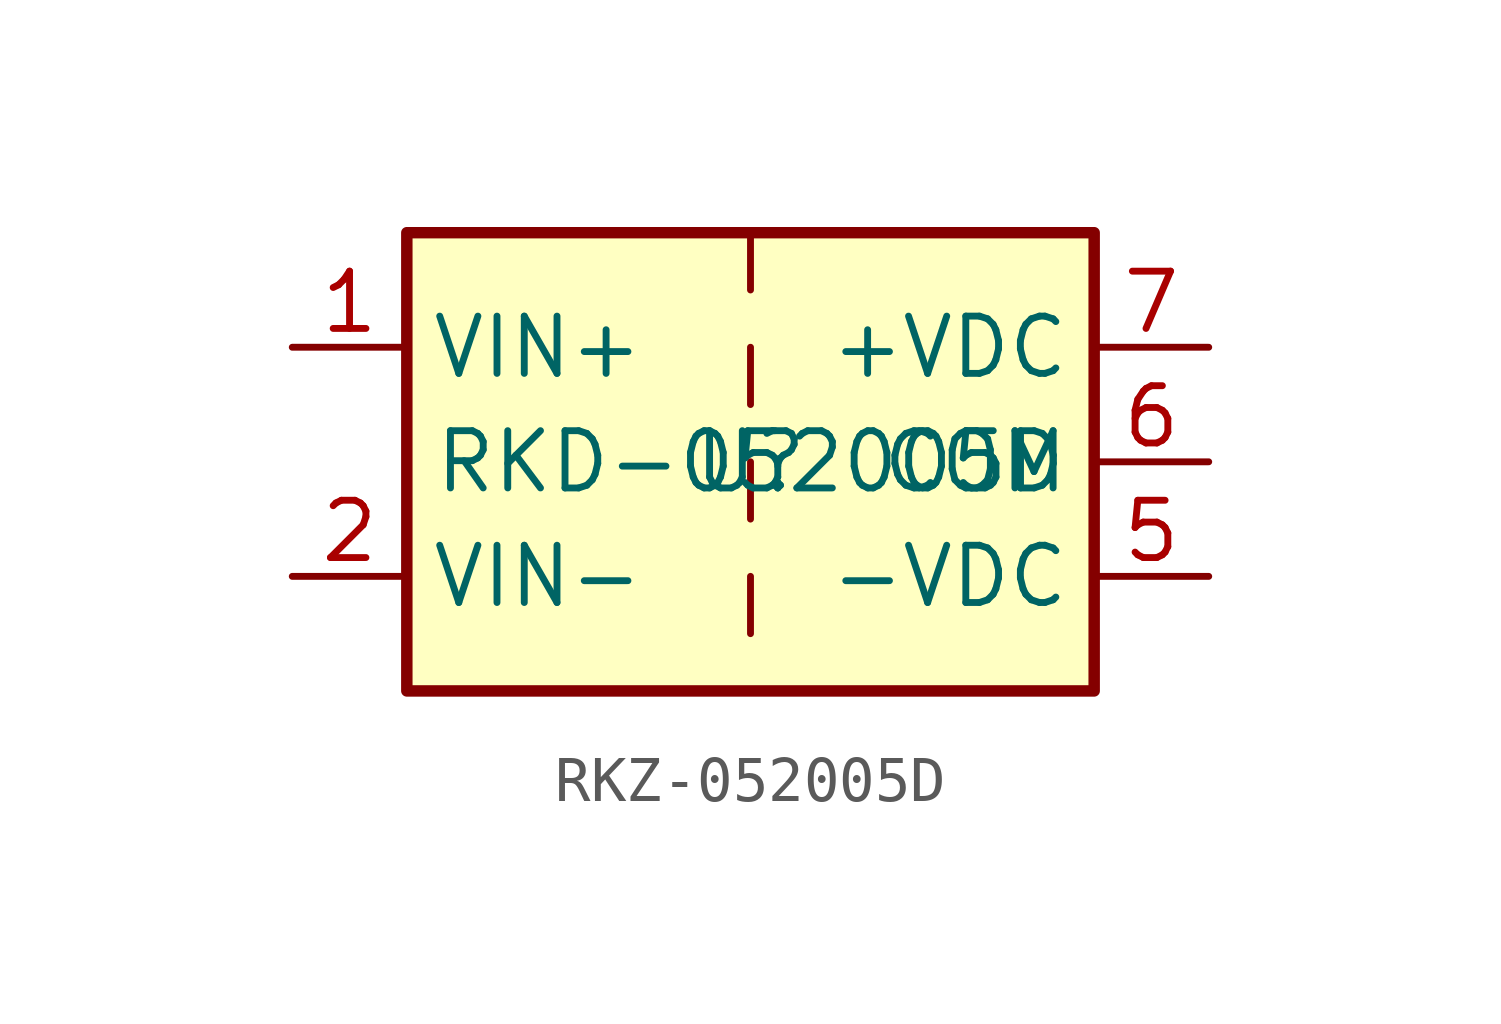
<source format=kicad_sym>
(kicad_symbol_lib
  (version 20231120)
  (generator "kicad_symbol_editor")
  (generator_version "8.0")
  (symbol "RKZ-052005D"
    (property "Reference" "U"
      (at 0 0 0)
      (effects (font (size 1.27 1.27))))
    (property "Value" "RKD-052005D"
      (at 0 0 0)
      (effects (font (size 1.27 1.27))))
    (symbol "RKZ-052005D_0_1"
      (rectangle (start -7.62 5.08) (end 7.62 -5.08) (stroke (width 0.254) (type default)) (fill (type background)))
      (polyline (pts (xy 0 -2.54) (xy 0 -3.81)) (stroke (width 0) (type default)) (fill (type none)))
      (polyline (pts (xy 0 0) (xy 0 -1.27)) (stroke (width 0) (type default)) (fill (type none)))
      (polyline (pts (xy 0 2.54) (xy 0 1.27)) (stroke (width 0) (type default)) (fill (type none)))
      (polyline (pts (xy 0 5.08) (xy 0 3.81)) (stroke (width 0) (type default)) (fill (type none))))
    (symbol "RKZ-052005D_1_1"
      (pin passive line (at -10.16 2.54 0) (length 2.54) hide (name "VIN+" (effects (font (size 1.27 1.27)))) (number "1" (effects (font (size 1.27 1.27)))))
      (pin power_in line (at -10.16 2.54 0) (length 2.54) (name "VIN+" (effects (font (size 1.27 1.27)))) (number "1" (effects (font (size 1.27 1.27)))))
      (pin passive line (at -10.16 -2.54 0) (length 2.54) hide (name "VIN-" (effects (font (size 1.27 1.27)))) (number "2" (effects (font (size 1.27 1.27)))))
      (pin power_in line (at -10.16 -2.54 0) (length 2.54) (name "VIN-" (effects (font (size 1.27 1.27)))) (number "2" (effects (font (size 1.27 1.27)))))
      (pin power_out line (at 10.16 -2.54 180) (length 2.54) (name "-VDC" (effects (font (size 1.27 1.27)))) (number "5" (effects (font (size 1.27 1.27)))))
      (pin passive line (at 10.16 0 180) (length 2.54) (name "COM" (effects (font (size 1.27 1.27)))) (number "6" (effects (font (size 1.27 1.27)))))
      (pin passive line (at 10.16 2.54 180) (length 2.54) hide (name "+VDC" (effects (font (size 1.27 1.27)))) (number "7" (effects (font (size 1.27 1.27)))))
      (pin power_out line (at 10.16 2.54 180) (length 2.54) (name "+VDC" (effects (font (size 1.27 1.27)))) (number "7" (effects (font (size 1.27 1.27))))))))
</source>
